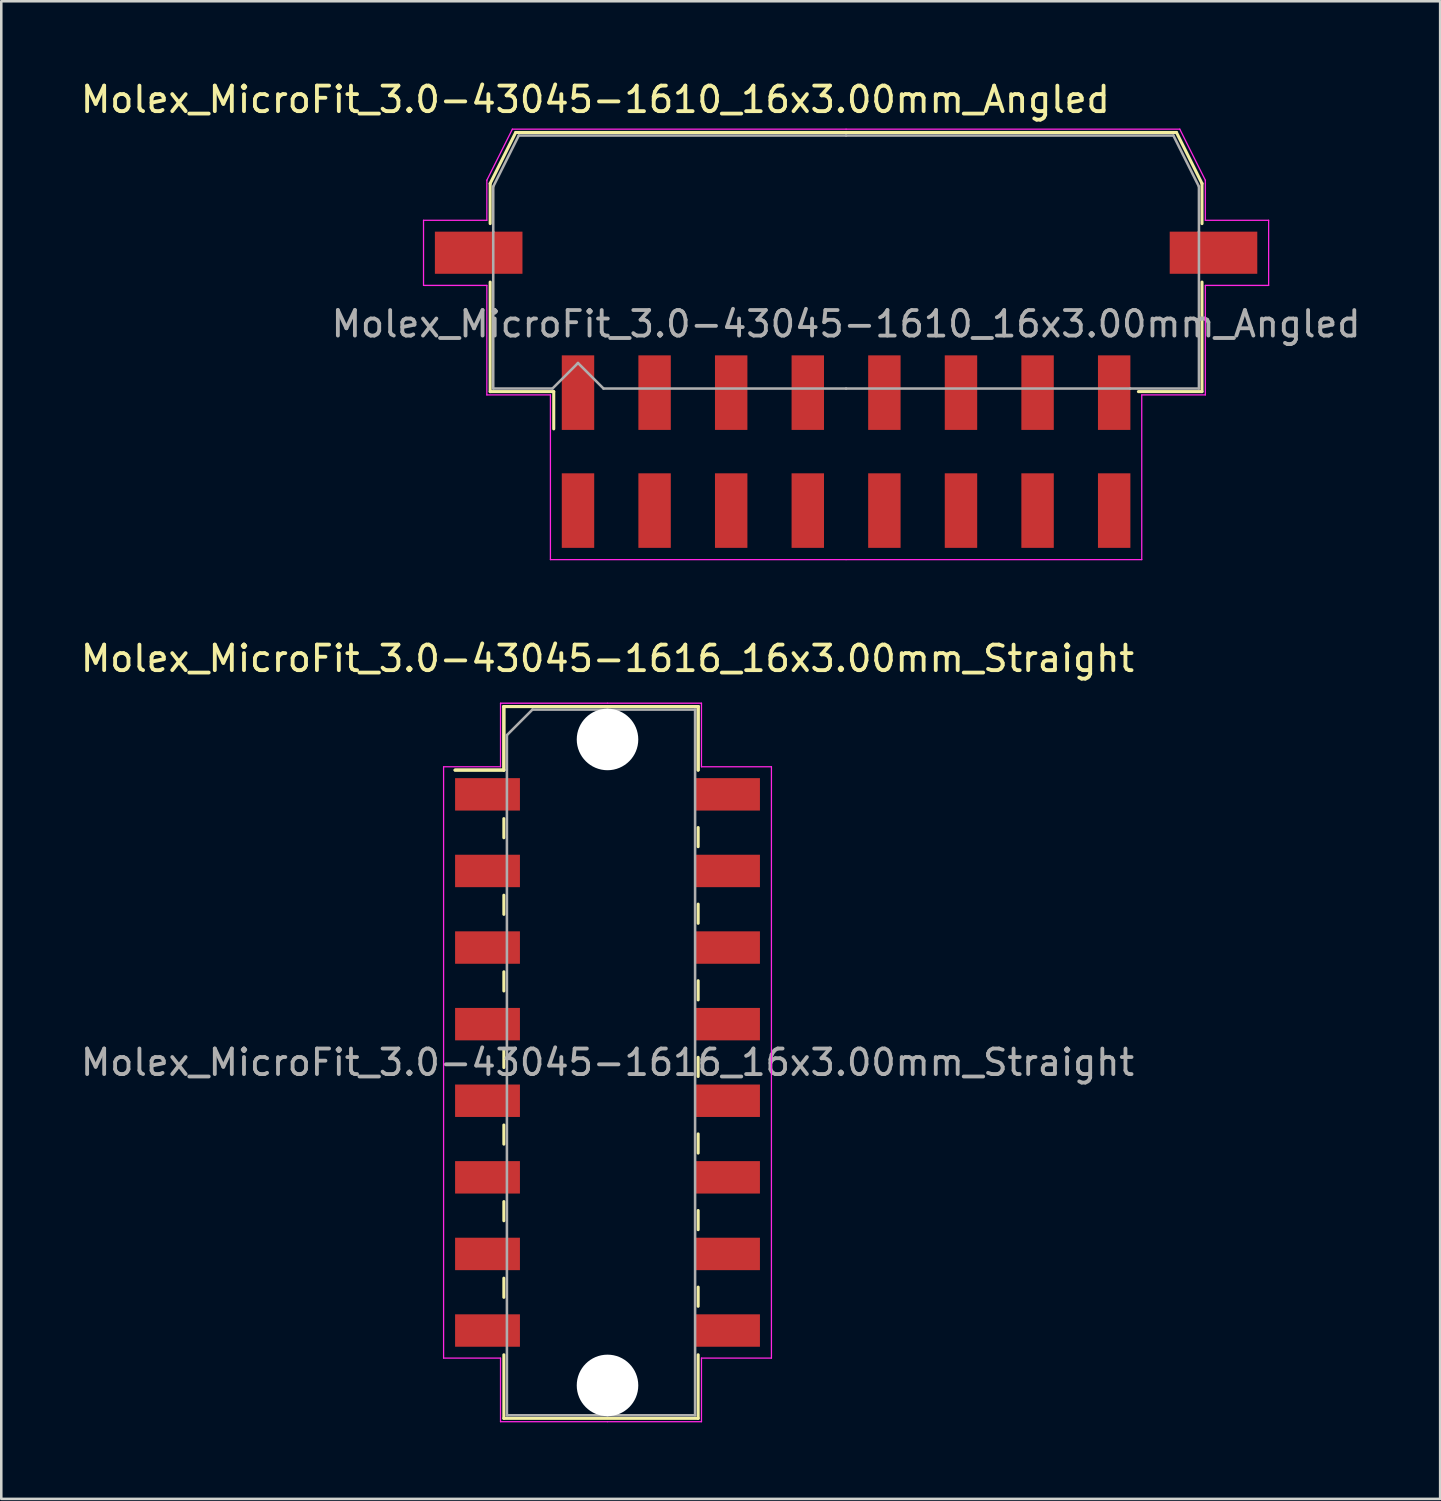
<source format=kicad_pcb>
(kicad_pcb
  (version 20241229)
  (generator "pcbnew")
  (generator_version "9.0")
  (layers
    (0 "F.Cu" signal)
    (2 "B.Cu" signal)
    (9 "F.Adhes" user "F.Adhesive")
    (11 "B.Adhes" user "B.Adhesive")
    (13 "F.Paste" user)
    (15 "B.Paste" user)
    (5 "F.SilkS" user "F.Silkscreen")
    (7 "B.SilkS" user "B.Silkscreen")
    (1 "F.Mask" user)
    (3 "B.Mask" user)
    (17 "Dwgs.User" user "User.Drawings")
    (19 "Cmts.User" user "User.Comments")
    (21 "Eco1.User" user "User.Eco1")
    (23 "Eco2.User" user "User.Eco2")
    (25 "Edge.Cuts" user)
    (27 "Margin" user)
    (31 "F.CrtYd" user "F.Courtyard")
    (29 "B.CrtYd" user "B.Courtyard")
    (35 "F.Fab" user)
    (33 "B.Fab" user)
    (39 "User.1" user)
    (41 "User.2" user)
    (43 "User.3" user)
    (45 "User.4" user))
  (footprint "Molex_MicroFit_3.0-43045-1610_16x3.00mm_Angled"
    (layer "F.Cu")
    (at 30.088 14.638)
    (property "Reference" "Molex_MicroFit_3.0-43045-1610_16x3.00mm_Angled" (at -9.82 -13.79 0) (layer "F.SilkS") (effects (font (size 1 1) (thickness 0.15))))
    (attr smd)
    (fp_line (start -13.94 -10.5) (end -13.94 -8.93) (stroke (width 0.12) (type solid)) (layer "F.SilkS"))
    (fp_line (start -13.94 -6.64) (end -13.94 -2.35) (stroke (width 0.12) (type solid)) (layer "F.SilkS"))
    (fp_line (start -13.94 -2.35) (end -11.45 -2.35) (stroke (width 0.12) (type solid)) (layer "F.SilkS"))
    (fp_line (start -12.94 -12.5) (end -13.94 -10.5) (stroke (width 0.12) (type solid)) (layer "F.SilkS"))
    (fp_line (start -11.45 -2.35) (end -11.45 -0.89) (stroke (width 0.12) (type solid)) (layer "F.SilkS"))
    (fp_line (start 0 -12.5) (end -12.94 -12.5) (stroke (width 0.12) (type solid)) (layer "F.SilkS"))
    (fp_line (start 0 -12.5) (end 12.94 -12.5) (stroke (width 0.12) (type solid)) (layer "F.SilkS"))
    (fp_line (start 12.94 -12.5) (end 13.94 -10.5) (stroke (width 0.12) (type solid)) (layer "F.SilkS"))
    (fp_line (start 13.94 -10.5) (end 13.94 -8.93) (stroke (width 0.12) (type solid)) (layer "F.SilkS"))
    (fp_line (start 13.94 -6.64) (end 13.94 -2.35) (stroke (width 0.12) (type solid)) (layer "F.SilkS"))
    (fp_line (start 13.94 -2.35) (end 11.45 -2.35) (stroke (width 0.12) (type solid)) (layer "F.SilkS"))
    (fp_line (start -16.55 -9.06) (end -16.55 -6.51) (stroke (width 0.05) (type solid)) (layer "F.CrtYd"))
    (fp_line (start -16.55 -6.51) (end -14.07 -6.51) (stroke (width 0.05) (type solid)) (layer "F.CrtYd"))
    (fp_line (start -14.07 -10.63) (end -14.07 -9.06) (stroke (width 0.05) (type solid)) (layer "F.CrtYd"))
    (fp_line (start -14.07 -9.06) (end -16.55 -9.06) (stroke (width 0.05) (type solid)) (layer "F.CrtYd"))
    (fp_line (start -14.07 -6.51) (end -14.07 -2.22) (stroke (width 0.05) (type solid)) (layer "F.CrtYd"))
    (fp_line (start -14.07 -2.22) (end -11.58 -2.22) (stroke (width 0.05) (type solid)) (layer "F.CrtYd"))
    (fp_line (start -13.07 -12.63) (end -14.07 -10.63) (stroke (width 0.05) (type solid)) (layer "F.CrtYd"))
    (fp_line (start -11.58 -2.22) (end -11.58 4.23) (stroke (width 0.05) (type solid)) (layer "F.CrtYd"))
    (fp_line (start -11.58 4.23) (end 0 4.23) (stroke (width 0.05) (type solid)) (layer "F.CrtYd"))
    (fp_line (start 0 -12.63) (end -13.07 -12.63) (stroke (width 0.05) (type solid)) (layer "F.CrtYd"))
    (fp_line (start 0 -12.63) (end 13.07 -12.63) (stroke (width 0.05) (type solid)) (layer "F.CrtYd"))
    (fp_line (start 11.58 -2.22) (end 11.58 4.23) (stroke (width 0.05) (type solid)) (layer "F.CrtYd"))
    (fp_line (start 11.58 4.23) (end 0 4.23) (stroke (width 0.05) (type solid)) (layer "F.CrtYd"))
    (fp_line (start 13.07 -12.63) (end 14.07 -10.63) (stroke (width 0.05) (type solid)) (layer "F.CrtYd"))
    (fp_line (start 14.07 -10.63) (end 14.07 -9.06) (stroke (width 0.05) (type solid)) (layer "F.CrtYd"))
    (fp_line (start 14.07 -9.06) (end 16.55 -9.06) (stroke (width 0.05) (type solid)) (layer "F.CrtYd"))
    (fp_line (start 14.07 -6.51) (end 14.07 -2.22) (stroke (width 0.05) (type solid)) (layer "F.CrtYd"))
    (fp_line (start 14.07 -2.22) (end 11.58 -2.22) (stroke (width 0.05) (type solid)) (layer "F.CrtYd"))
    (fp_line (start 16.55 -9.06) (end 16.55 -6.51) (stroke (width 0.05) (type solid)) (layer "F.CrtYd"))
    (fp_line (start 16.55 -6.51) (end 14.07 -6.51) (stroke (width 0.05) (type solid)) (layer "F.CrtYd"))
    (fp_line (start -13.82 -10.38) (end -13.82 -8.61) (stroke (width 0.1) (type solid)) (layer "F.Fab"))
    (fp_line (start -13.82 -8.61) (end -13.82 -2.47) (stroke (width 0.1) (type solid)) (layer "F.Fab"))
    (fp_line (start -13.82 -2.47) (end -11.5 -2.47) (stroke (width 0.1) (type solid)) (layer "F.Fab"))
    (fp_line (start -12.82 -12.38) (end -13.82 -10.38) (stroke (width 0.1) (type solid)) (layer "F.Fab"))
    (fp_line (start -11.5 -2.47) (end -10.5 -3.47) (stroke (width 0.1) (type solid)) (layer "F.Fab"))
    (fp_line (start -10.5 -3.47) (end -9.5 -2.47) (stroke (width 0.1) (type solid)) (layer "F.Fab"))
    (fp_line (start -9.5 -2.47) (end 0 -2.47) (stroke (width 0.1) (type solid)) (layer "F.Fab"))
    (fp_line (start 0 -12.38) (end -12.82 -12.38) (stroke (width 0.1) (type solid)) (layer "F.Fab"))
    (fp_line (start 0 -12.38) (end 12.82 -12.38) (stroke (width 0.1) (type solid)) (layer "F.Fab"))
    (fp_line (start 11.13 -2.47) (end 0 -2.47) (stroke (width 0.1) (type solid)) (layer "F.Fab"))
    (fp_line (start 12.82 -12.38) (end 13.82 -10.38) (stroke (width 0.1) (type solid)) (layer "F.Fab"))
    (fp_line (start 13.82 -10.38) (end 13.82 -8.61) (stroke (width 0.1) (type solid)) (layer "F.Fab"))
    (fp_line (start 13.82 -8.61) (end 13.82 -2.47) (stroke (width 0.1) (type solid)) (layer "F.Fab"))
    (fp_line (start 13.82 -2.47) (end 11.13 -2.47) (stroke (width 0.1) (type solid)) (layer "F.Fab"))
    (fp_text user "${REFERENCE}" (at 0 -5 0) (layer "F.Fab") (effects (font (size 1 1) (thickness 0.15))))
    (pad "" smd rect (at -14.39 -7.79) (size 3.43 1.65) (layers "F.Cu" "F.Mask" "F.Paste"))
    (pad "" smd rect (at 14.39 -7.79) (size 3.43 1.65) (layers "F.Cu" "F.Mask" "F.Paste"))
    (pad "1" smd rect (at -10.5 -2.31) (size 1.27 2.92) (layers "F.Cu" "F.Mask" "F.Paste"))
    (pad "2" smd rect (at -7.5 -2.31) (size 1.27 2.92) (layers "F.Cu" "F.Mask" "F.Paste"))
    (pad "3" smd rect (at -4.5 -2.31) (size 1.27 2.92) (layers "F.Cu" "F.Mask" "F.Paste"))
    (pad "4" smd rect (at -1.5 -2.31) (size 1.27 2.92) (layers "F.Cu" "F.Mask" "F.Paste"))
    (pad "5" smd rect (at 1.5 -2.31) (size 1.27 2.92) (layers "F.Cu" "F.Mask" "F.Paste"))
    (pad "6" smd rect (at 4.5 -2.31) (size 1.27 2.92) (layers "F.Cu" "F.Mask" "F.Paste"))
    (pad "7" smd rect (at 7.5 -2.31) (size 1.27 2.92) (layers "F.Cu" "F.Mask" "F.Paste"))
    (pad "8" smd rect (at 10.5 -2.31) (size 1.27 2.92) (layers "F.Cu" "F.Mask" "F.Paste"))
    (pad "9" smd rect (at 10.5 2.31) (size 1.27 2.92) (layers "F.Cu" "F.Mask" "F.Paste"))
    (pad "10" smd rect (at 7.5 2.31) (size 1.27 2.92) (layers "F.Cu" "F.Mask" "F.Paste"))
    (pad "11" smd rect (at 4.5 2.31) (size 1.27 2.92) (layers "F.Cu" "F.Mask" "F.Paste"))
    (pad "12" smd rect (at 1.5 2.31) (size 1.27 2.92) (layers "F.Cu" "F.Mask" "F.Paste"))
    (pad "13" smd rect (at -1.5 2.31) (size 1.27 2.92) (layers "F.Cu" "F.Mask" "F.Paste"))
    (pad "14" smd rect (at -4.5 2.31) (size 1.27 2.92) (layers "F.Cu" "F.Mask" "F.Paste"))
    (pad "15" smd rect (at -7.5 2.31) (size 1.27 2.92) (layers "F.Cu" "F.Mask" "F.Paste"))
    (pad "16" smd rect (at -10.5 2.31) (size 1.27 2.92) (layers "F.Cu" "F.Mask" "F.Paste")))
  (footprint "Molex_MicroFit_3.0-43045-1616_16x3.00mm_Straight"
    (layer "F.Cu")
    (at 20.744 38.562)
    (property "Reference" "Molex_MicroFit_3.0-43045-1616_16x3.00mm_Straight" (at 0 -15.82 0) (layer "F.SilkS") (effects (font (size 1 1) (thickness 0.15))))
    (attr smd)
    (fp_line (start -5.97 -11.45) (end -4.06 -11.45) (stroke (width 0.12) (type solid)) (layer "F.SilkS"))
    (fp_line (start -5.97 -11.45) (end -4.06 -11.45) (stroke (width 0.12) (type solid)) (layer "F.SilkS"))
    (fp_line (start -4.06 -13.94) (end 3.55 -13.94) (stroke (width 0.12) (type solid)) (layer "F.SilkS"))
    (fp_line (start -4.06 -13.94) (end 3.55 -13.94) (stroke (width 0.12) (type solid)) (layer "F.SilkS"))
    (fp_line (start -4.06 -11.45) (end -4.06 -13.94) (stroke (width 0.12) (type solid)) (layer "F.SilkS"))
    (fp_line (start -4.06 -11.45) (end -4.06 -13.94) (stroke (width 0.12) (type solid)) (layer "F.SilkS"))
    (fp_line (start -4.06 -9.55) (end -4.06 -8.8) (stroke (width 0.12) (type solid)) (layer "F.SilkS"))
    (fp_line (start -4.06 -6.55) (end -4.06 -5.8) (stroke (width 0.12) (type solid)) (layer "F.SilkS"))
    (fp_line (start -4.06 -3.55) (end -4.06 -2.8) (stroke (width 0.12) (type solid)) (layer "F.SilkS"))
    (fp_line (start -4.06 -0.55) (end -4.06 0.2) (stroke (width 0.12) (type solid)) (layer "F.SilkS"))
    (fp_line (start -4.06 2.45) (end -4.06 3.2) (stroke (width 0.12) (type solid)) (layer "F.SilkS"))
    (fp_line (start -4.06 5.45) (end -4.06 6.2) (stroke (width 0.12) (type solid)) (layer "F.SilkS"))
    (fp_line (start -4.06 8.45) (end -4.06 9.2) (stroke (width 0.12) (type solid)) (layer "F.SilkS"))
    (fp_line (start -4.06 13.94) (end -4.06 11.45) (stroke (width 0.12) (type solid)) (layer "F.SilkS"))
    (fp_line (start 3.55 -13.94) (end 3.55 -11.45) (stroke (width 0.12) (type solid)) (layer "F.SilkS"))
    (fp_line (start 3.55 -13.94) (end 3.55 -11.45) (stroke (width 0.12) (type solid)) (layer "F.SilkS"))
    (fp_line (start 3.55 -8.45) (end 3.55 -9.2) (stroke (width 0.12) (type solid)) (layer "F.SilkS"))
    (fp_line (start 3.55 -5.45) (end 3.55 -6.2) (stroke (width 0.12) (type solid)) (layer "F.SilkS"))
    (fp_line (start 3.55 -2.45) (end 3.55 -3.2) (stroke (width 0.12) (type solid)) (layer "F.SilkS"))
    (fp_line (start 3.55 0.55) (end 3.55 -0.2) (stroke (width 0.12) (type solid)) (layer "F.SilkS"))
    (fp_line (start 3.55 3.55) (end 3.55 2.8) (stroke (width 0.12) (type solid)) (layer "F.SilkS"))
    (fp_line (start 3.55 6.55) (end 3.55 5.8) (stroke (width 0.12) (type solid)) (layer "F.SilkS"))
    (fp_line (start 3.55 9.55) (end 3.55 8.8) (stroke (width 0.12) (type solid)) (layer "F.SilkS"))
    (fp_line (start 3.55 11.45) (end 3.55 13.94) (stroke (width 0.12) (type solid)) (layer "F.SilkS"))
    (fp_line (start 3.55 13.94) (end -4.06 13.94) (stroke (width 0.12) (type solid)) (layer "F.SilkS"))
    (fp_line (start -6.42 -11.58) (end -4.19 -11.58) (stroke (width 0.05) (type solid)) (layer "F.CrtYd"))
    (fp_line (start -6.42 11.58) (end -6.42 -11.58) (stroke (width 0.05) (type solid)) (layer "F.CrtYd"))
    (fp_line (start -4.19 -14.07) (end 0 -14.07) (stroke (width 0.05) (type solid)) (layer "F.CrtYd"))
    (fp_line (start -4.19 -11.58) (end -4.19 -14.07) (stroke (width 0.05) (type solid)) (layer "F.CrtYd"))
    (fp_line (start -4.19 11.58) (end -6.42 11.58) (stroke (width 0.05) (type solid)) (layer "F.CrtYd"))
    (fp_line (start -4.19 14.07) (end -4.19 11.58) (stroke (width 0.05) (type solid)) (layer "F.CrtYd"))
    (fp_line (start 0 -14.07) (end 3.68 -14.07) (stroke (width 0.05) (type solid)) (layer "F.CrtYd"))
    (fp_line (start 0 14.07) (end -4.19 14.07) (stroke (width 0.05) (type solid)) (layer "F.CrtYd"))
    (fp_line (start 3.68 -14.07) (end 3.68 -11.58) (stroke (width 0.05) (type solid)) (layer "F.CrtYd"))
    (fp_line (start 3.68 -11.58) (end 6.42 -11.58) (stroke (width 0.05) (type solid)) (layer "F.CrtYd"))
    (fp_line (start 3.68 11.58) (end 3.68 14.07) (stroke (width 0.05) (type solid)) (layer "F.CrtYd"))
    (fp_line (start 3.68 14.07) (end 0 14.07) (stroke (width 0.05) (type solid)) (layer "F.CrtYd"))
    (fp_line (start 6.42 -11.58) (end 6.42 11.58) (stroke (width 0.05) (type solid)) (layer "F.CrtYd"))
    (fp_line (start 6.42 11.58) (end 3.68 11.58) (stroke (width 0.05) (type solid)) (layer "F.CrtYd"))
    (fp_line (start -3.94 -12.82) (end -2.94 -13.82) (stroke (width 0.1) (type solid)) (layer "F.Fab"))
    (fp_line (start -3.94 13.82) (end -3.94 -12.82) (stroke (width 0.1) (type solid)) (layer "F.Fab"))
    (fp_line (start -2.94 -13.82) (end 0 -13.82) (stroke (width 0.1) (type solid)) (layer "F.Fab"))
    (fp_line (start 0 -13.82) (end 3.43 -13.82) (stroke (width 0.1) (type solid)) (layer "F.Fab"))
    (fp_line (start 0 13.82) (end -3.94 13.82) (stroke (width 0.1) (type solid)) (layer "F.Fab"))
    (fp_line (start 3.43 -13.82) (end 3.43 13.82) (stroke (width 0.1) (type solid)) (layer "F.Fab"))
    (fp_line (start 3.43 13.82) (end 0 13.82) (stroke (width 0.1) (type solid)) (layer "F.Fab"))
    (fp_text user "${REFERENCE}" (at 0 0 0) (layer "F.Fab") (effects (font (size 1 1) (thickness 0.15))))
    (pad "" np_thru_hole circle (at 0 -12.65) (size 2.41 2.41) (drill 2.41) (layers "*.Cu"))
    (pad "" np_thru_hole circle (at 0 12.65) (size 2.41 2.41) (drill 2.41) (layers "*.Cu"))
    (pad "1" smd rect (at -4.7 -10.5) (size 2.54 1.27) (layers "F.Cu" "F.Mask" "F.Paste"))
    (pad "2" smd rect (at -4.7 -7.5) (size 2.54 1.27) (layers "F.Cu" "F.Mask" "F.Paste"))
    (pad "3" smd rect (at -4.7 -4.5) (size 2.54 1.27) (layers "F.Cu" "F.Mask" "F.Paste"))
    (pad "4" smd rect (at -4.7 -1.5) (size 2.54 1.27) (layers "F.Cu" "F.Mask" "F.Paste"))
    (pad "5" smd rect (at -4.7 1.5) (size 2.54 1.27) (layers "F.Cu" "F.Mask" "F.Paste"))
    (pad "6" smd rect (at -4.7 4.5) (size 2.54 1.27) (layers "F.Cu" "F.Mask" "F.Paste"))
    (pad "7" smd rect (at -4.7 7.5) (size 2.54 1.27) (layers "F.Cu" "F.Mask" "F.Paste"))
    (pad "8" smd rect (at -4.7 10.5) (size 2.54 1.27) (layers "F.Cu" "F.Mask" "F.Paste"))
    (pad "9" smd rect (at 4.7 10.5) (size 2.54 1.27) (layers "F.Cu" "F.Mask" "F.Paste"))
    (pad "10" smd rect (at 4.7 7.5) (size 2.54 1.27) (layers "F.Cu" "F.Mask" "F.Paste"))
    (pad "11" smd rect (at 4.7 4.5) (size 2.54 1.27) (layers "F.Cu" "F.Mask" "F.Paste"))
    (pad "12" smd rect (at 4.7 1.5) (size 2.54 1.27) (layers "F.Cu" "F.Mask" "F.Paste"))
    (pad "13" smd rect (at 4.7 -1.5) (size 2.54 1.27) (layers "F.Cu" "F.Mask" "F.Paste"))
    (pad "14" smd rect (at 4.7 -4.5) (size 2.54 1.27) (layers "F.Cu" "F.Mask" "F.Paste"))
    (pad "15" smd rect (at 4.7 -7.5) (size 2.54 1.27) (layers "F.Cu" "F.Mask" "F.Paste"))
    (pad "16" smd rect (at 4.7 -10.5) (size 2.54 1.27) (layers "F.Cu" "F.Mask" "F.Paste")))
  (gr_rect
    (start -3 -3)
    (end 53.356 55.657)
    (stroke (width 0.1) (type default))
    (fill no)
    (layer "Edge.Cuts")))
</source>
